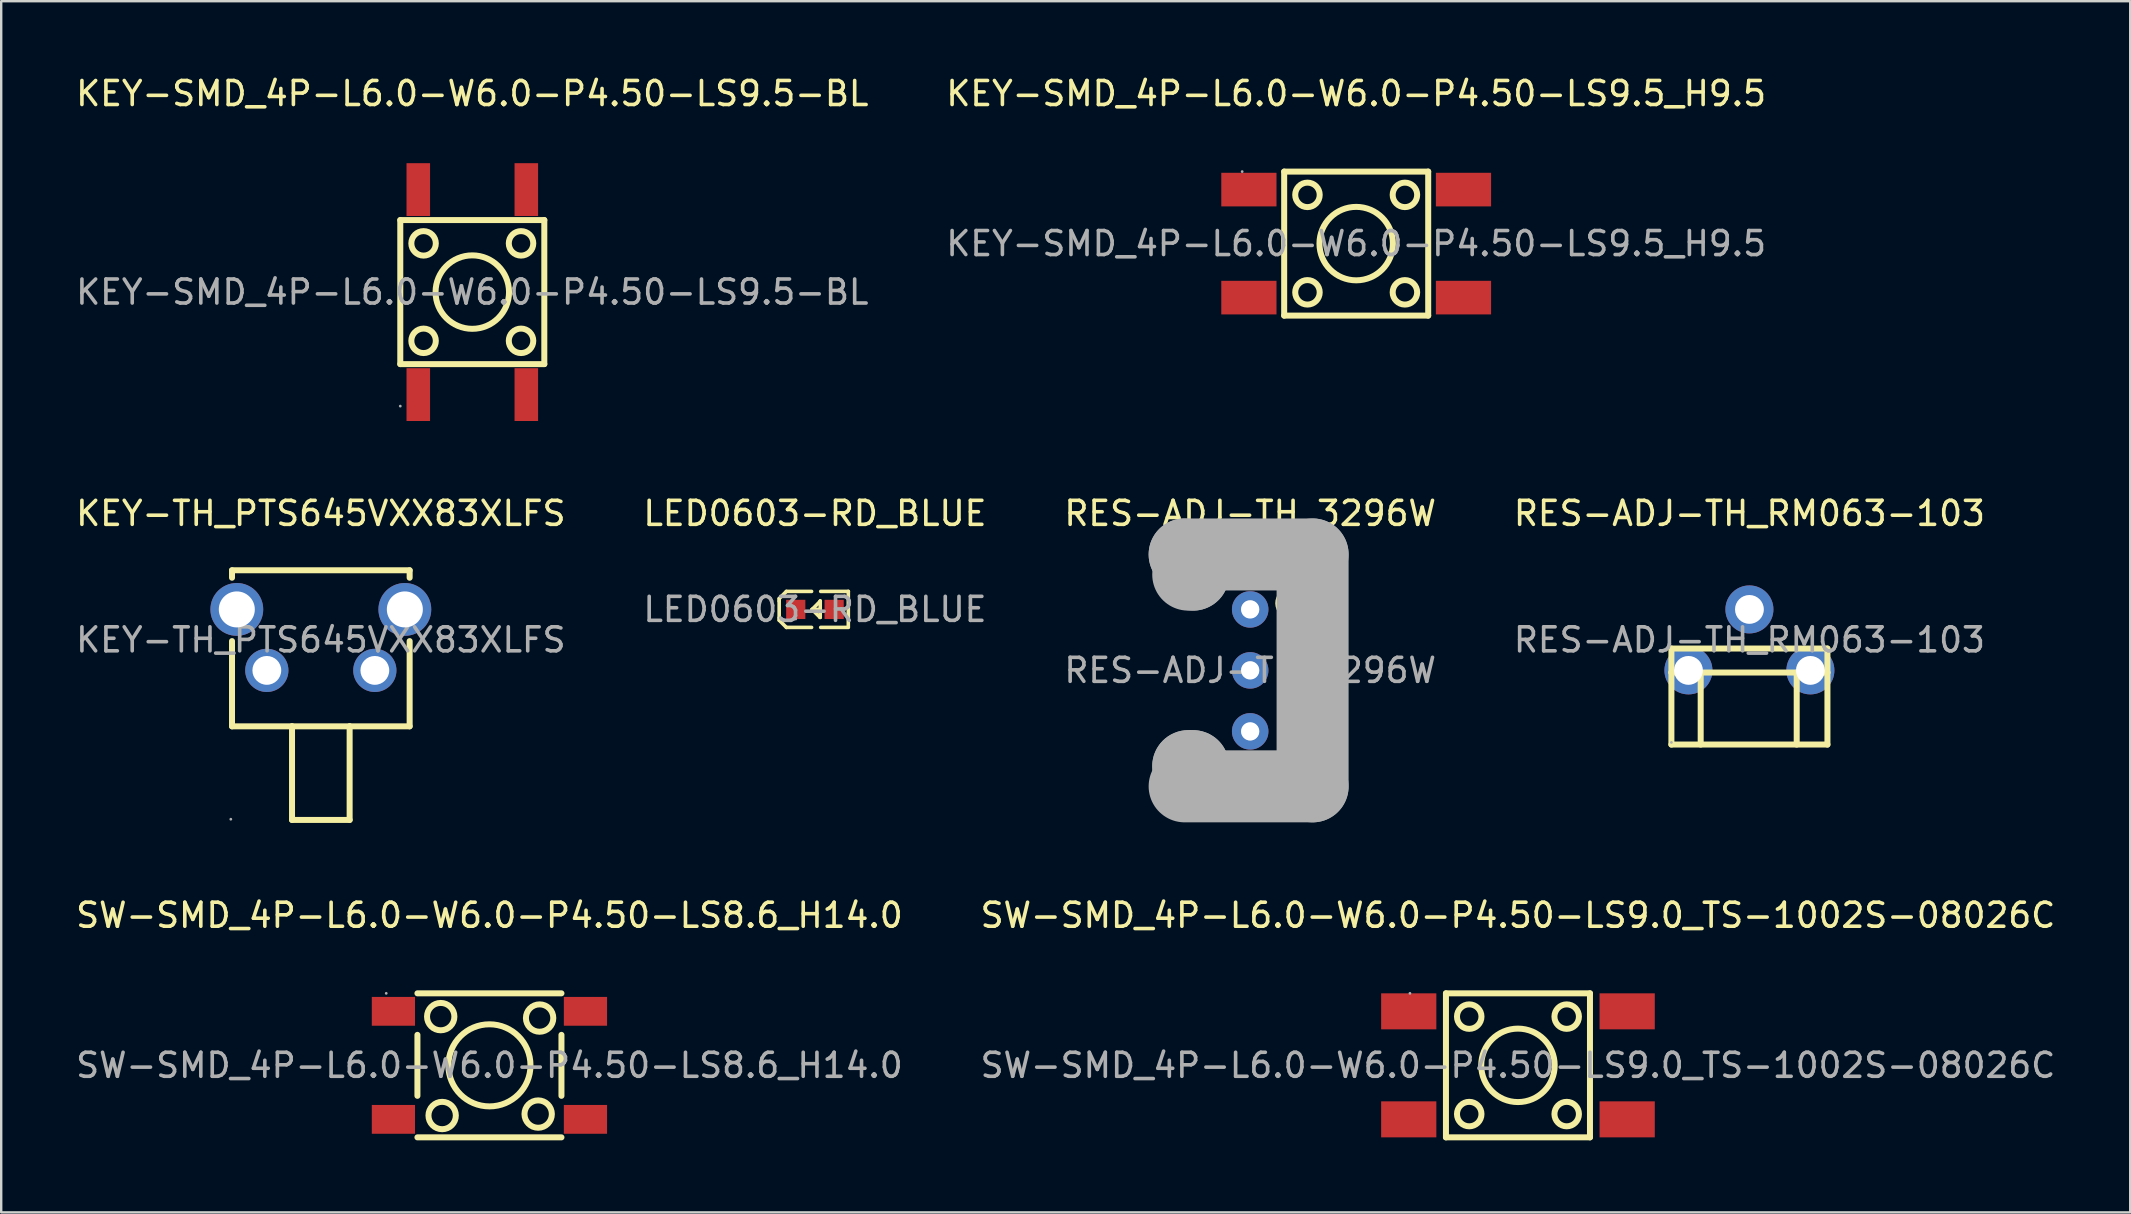
<source format=kicad_pcb>
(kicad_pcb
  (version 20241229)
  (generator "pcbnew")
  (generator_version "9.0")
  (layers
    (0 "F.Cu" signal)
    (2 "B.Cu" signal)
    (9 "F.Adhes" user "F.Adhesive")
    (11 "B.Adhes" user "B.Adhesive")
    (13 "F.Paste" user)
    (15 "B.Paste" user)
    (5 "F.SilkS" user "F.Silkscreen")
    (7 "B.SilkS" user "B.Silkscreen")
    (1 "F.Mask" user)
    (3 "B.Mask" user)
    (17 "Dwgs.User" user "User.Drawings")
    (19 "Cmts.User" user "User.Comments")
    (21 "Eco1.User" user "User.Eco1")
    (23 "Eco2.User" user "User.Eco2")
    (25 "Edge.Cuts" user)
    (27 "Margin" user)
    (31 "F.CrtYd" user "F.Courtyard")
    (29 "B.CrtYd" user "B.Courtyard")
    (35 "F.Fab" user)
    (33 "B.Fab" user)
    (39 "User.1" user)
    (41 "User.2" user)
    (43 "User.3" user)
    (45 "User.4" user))
  (footprint "SW-SMD_4P-L6.0-W6.0-P4.50-LS8.6_H14.0"
    (layer "F.Cu")
    (at 17.339 41.33)
    (property "Reference" "SW-SMD_4P-L6.0-W6.0-P4.50-LS8.6_H14.0" (at 0 -6.25 0) (layer "F.SilkS") (effects (font (size 1 1) (thickness 0.15))))
    (attr smd)
    (fp_line (start -3 -3) (end 3 -3) (stroke (width 0.25) (type solid)) (layer "F.SilkS"))
    (fp_line (start -3 -1.27) (end -3 1.27) (stroke (width 0.25) (type solid)) (layer "F.SilkS"))
    (fp_line (start -3 3) (end 3 3) (stroke (width 0.25) (type solid)) (layer "F.SilkS"))
    (fp_line (start 3 -1.27) (end 3 1.27) (stroke (width 0.25) (type solid)) (layer "F.SilkS"))
    (fp_circle (center -2.03 -2.03) (end -1.46 -2.03) (stroke (width 0.25) (type solid)) (fill no) (layer "F.SilkS"))
    (fp_circle (center -1.97 2.09) (end -1.4 2.09) (stroke (width 0.25) (type solid)) (fill no) (layer "F.SilkS"))
    (fp_circle (center 0 0) (end 1.71 0) (stroke (width 0.25) (type solid)) (fill no) (layer "F.SilkS"))
    (fp_circle (center 2.03 2.03) (end 2.6 2.03) (stroke (width 0.25) (type solid)) (fill no) (layer "F.SilkS"))
    (fp_circle (center 2.09 -1.97) (end 2.66 -1.97) (stroke (width 0.25) (type solid)) (fill no) (layer "F.SilkS"))
    (fp_circle (center -4.3 -3) (end -4.27 -3) (stroke (width 0.06) (type solid)) (fill no) (layer "F.Fab"))
    (fp_text user "${REFERENCE}" (at 0 0 0) (layer "F.Fab") (effects (font (size 1 1) (thickness 0.15))))
    (pad "1" smd rect (at -4 -2.25) (size 1.8 1.2) (layers "F.Cu" "F.Mask" "F.Paste"))
    (pad "2" smd rect (at 4 -2.25) (size 1.8 1.2) (layers "F.Cu" "F.Mask" "F.Paste"))
    (pad "3" smd rect (at -4 2.25) (size 1.8 1.2) (layers "F.Cu" "F.Mask" "F.Paste"))
    (pad "4" smd rect (at 4 2.25) (size 1.8 1.2) (layers "F.Cu" "F.Mask" "F.Paste")))
  (footprint "LED0603-RD_BLUE"
    (layer "F.Cu")
    (at 30.899 22.337)
    (property "Reference" "LED0603-RD_BLUE" (at 0 -4 0) (layer "F.SilkS") (effects (font (size 1 1) (thickness 0.15))))
    (attr smd)
    (fp_line (start -1.49 -0.45) (end -1.19 -0.75) (stroke (width 0.15) (type solid)) (layer "F.SilkS"))
    (fp_line (start -1.49 -0.35) (end -1.49 -0.45) (stroke (width 0.15) (type solid)) (layer "F.SilkS"))
    (fp_line (start -1.49 -0.35) (end -1.49 0.35) (stroke (width 0.15) (type solid)) (layer "F.SilkS"))
    (fp_line (start -1.49 0.35) (end -1.49 0.45) (stroke (width 0.15) (type solid)) (layer "F.SilkS"))
    (fp_line (start -1.49 0.45) (end -1.19 0.75) (stroke (width 0.15) (type solid)) (layer "F.SilkS"))
    (fp_line (start -0.14 -0.75) (end -1.19 -0.75) (stroke (width 0.15) (type solid)) (layer "F.SilkS"))
    (fp_line (start -0.14 0.75) (end -1.19 0.75) (stroke (width 0.15) (type solid)) (layer "F.SilkS"))
    (fp_line (start 0.21 0.33) (end -0.12 0) (stroke (width 0.15) (type solid)) (layer "F.SilkS"))
    (fp_line (start 0.22 -0.35) (end 0.22 -0.34) (stroke (width 0.15) (type solid)) (layer "F.SilkS"))
    (fp_line (start 0.22 -0.35) (end 0.22 0.33) (stroke (width 0.15) (type solid)) (layer "F.SilkS"))
    (fp_line (start 0.22 -0.34) (end -0.12 0) (stroke (width 0.15) (type solid)) (layer "F.SilkS"))
    (fp_line (start 0.22 0) (end -0.12 0) (stroke (width 0.15) (type solid)) (layer "F.SilkS"))
    (fp_line (start 0.22 0.33) (end 0.21 0.33) (stroke (width 0.15) (type solid)) (layer "F.SilkS"))
    (fp_line (start 0.24 -0.75) (end 1.39 -0.75) (stroke (width 0.15) (type solid)) (layer "F.SilkS"))
    (fp_line (start 0.24 0.75) (end 1.39 0.75) (stroke (width 0.15) (type solid)) (layer "F.SilkS"))
    (fp_line (start 1.39 -0.75) (end 1.39 0.73) (stroke (width 0.15) (type solid)) (layer "F.SilkS"))
    (fp_circle (center -0.8 0.4) (end -0.77 0.4) (stroke (width 0.06) (type solid)) (fill no) (layer "F.Fab"))
    (fp_text user "${REFERENCE}" (at 0 0 0) (layer "F.Fab") (effects (font (size 1 1) (thickness 0.15))))
    (pad "1" smd rect (at -0.8 0 90) (size 0.8 0.8) (layers "F.Cu" "F.Mask" "F.Paste"))
    (pad "2" smd rect (at 0.8 0 90) (size 0.8 0.8) (layers "F.Cu" "F.Mask" "F.Paste")))
  (footprint "KEY-SMD_4P-L6.0-W6.0-P4.50-LS9.5_H9.5"
    (layer "F.Cu")
    (at 53.446 7.098)
    (property "Reference" "KEY-SMD_4P-L6.0-W6.0-P4.50-LS9.5_H9.5" (at 0 -6.25 0) (layer "F.SilkS") (effects (font (size 1 1) (thickness 0.15))))
    (attr smd)
    (fp_line (start -3 -3) (end 3 -3) (stroke (width 0.25) (type solid)) (layer "F.SilkS"))
    (fp_line (start -3 3) (end -3 -3) (stroke (width 0.25) (type solid)) (layer "F.SilkS"))
    (fp_line (start 3 -3) (end 3 3) (stroke (width 0.25) (type solid)) (layer "F.SilkS"))
    (fp_line (start 3 3) (end -3 3) (stroke (width 0.25) (type solid)) (layer "F.SilkS"))
    (fp_circle (center -2.03 -2.03) (end -1.52 -2.03) (stroke (width 0.25) (type solid)) (fill no) (layer "F.SilkS"))
    (fp_circle (center -2.03 2.03) (end -1.52 2.03) (stroke (width 0.25) (type solid)) (fill no) (layer "F.SilkS"))
    (fp_circle (center 0 0) (end 1.53 0) (stroke (width 0.25) (type solid)) (fill no) (layer "F.SilkS"))
    (fp_circle (center 2.03 -2.03) (end 2.54 -2.03) (stroke (width 0.25) (type solid)) (fill no) (layer "F.SilkS"))
    (fp_circle (center 2.03 2.03) (end 2.54 2.03) (stroke (width 0.25) (type solid)) (fill no) (layer "F.SilkS"))
    (fp_circle (center -4.75 -3) (end -4.72 -3) (stroke (width 0.06) (type solid)) (fill no) (layer "F.Fab"))
    (fp_text user "${REFERENCE}" (at 0 0 0) (layer "F.Fab") (effects (font (size 1 1) (thickness 0.15))))
    (pad "1" smd rect (at -4.47 -2.25 180) (size 2.3 1.4) (layers "F.Cu" "F.Mask" "F.Paste"))
    (pad "2" smd rect (at 4.47 -2.25 180) (size 2.3 1.4) (layers "F.Cu" "F.Mask" "F.Paste"))
    (pad "3" smd rect (at -4.47 2.25 180) (size 2.3 1.4) (layers "F.Cu" "F.Mask" "F.Paste"))
    (pad "4" smd rect (at 4.47 2.25 180) (size 2.3 1.4) (layers "F.Cu" "F.Mask" "F.Paste")))
  (footprint "KEY-SMD_4P-L6.0-W6.0-P4.50-LS9.5-BL"
    (layer "F.Cu")
    (at 16.625 9.118)
    (property "Reference" "KEY-SMD_4P-L6.0-W6.0-P4.50-LS9.5-BL" (at 0 -8.27 0) (layer "F.SilkS") (effects (font (size 1 1) (thickness 0.15))))
    (attr smd)
    (fp_line (start -3 -3) (end 3 -3) (stroke (width 0.25) (type solid)) (layer "F.SilkS"))
    (fp_line (start -3 3) (end -3 -3) (stroke (width 0.25) (type solid)) (layer "F.SilkS"))
    (fp_line (start 3 -3) (end 3 3) (stroke (width 0.25) (type solid)) (layer "F.SilkS"))
    (fp_line (start 3 3) (end -3 3) (stroke (width 0.25) (type solid)) (layer "F.SilkS"))
    (fp_circle (center -2.03 -2.03) (end -1.52 -2.03) (stroke (width 0.25) (type solid)) (fill no) (layer "F.SilkS"))
    (fp_circle (center -2.03 2.03) (end -1.52 2.03) (stroke (width 0.25) (type solid)) (fill no) (layer "F.SilkS"))
    (fp_circle (center 0 0) (end 1.53 0) (stroke (width 0.25) (type solid)) (fill no) (layer "F.SilkS"))
    (fp_circle (center 2.03 -2.03) (end 2.54 -2.03) (stroke (width 0.25) (type solid)) (fill no) (layer "F.SilkS"))
    (fp_circle (center 2.03 2.03) (end 2.54 2.03) (stroke (width 0.25) (type solid)) (fill no) (layer "F.SilkS"))
    (fp_circle (center -3 4.75) (end -2.97 4.75) (stroke (width 0.06) (type solid)) (fill no) (layer "F.Fab"))
    (fp_text user "${REFERENCE}" (at 0 0 0) (layer "F.Fab") (effects (font (size 1 1) (thickness 0.15))))
    (pad "1" smd rect (at -2.25 4.27) (size 0.98 2.2) (layers "F.Cu" "F.Mask" "F.Paste"))
    (pad "2" smd rect (at -2.25 -4.27) (size 0.98 2.2) (layers "F.Cu" "F.Mask" "F.Paste"))
    (pad "3" smd rect (at 2.25 4.27) (size 0.98 2.2) (layers "F.Cu" "F.Mask" "F.Paste"))
    (pad "4" smd rect (at 2.25 -4.27) (size 0.98 2.2) (layers "F.Cu" "F.Mask" "F.Paste")))
  (footprint "RES-ADJ-TH_RM063-103"
    (layer "F.Cu")
    (at 69.827 23.607)
    (property "Reference" "RES-ADJ-TH_RM063-103" (at 0 -5.27 0) (layer "F.SilkS") (effects (font (size 1 1) (thickness 0.15))))
    (attr through_hole)
    (fp_line (start -3.25 1.36) (end -3.25 0.36) (stroke (width 0.25) (type solid)) (layer "F.SilkS"))
    (fp_line (start -3.25 1.36) (end -3.25 4.36) (stroke (width 0.25) (type solid)) (layer "F.SilkS"))
    (fp_line (start -3.25 1.36) (end 3.25 1.36) (stroke (width 0.25) (type solid)) (layer "F.SilkS"))
    (fp_line (start -2.03 1.36) (end -2.03 4.36) (stroke (width 0.25) (type solid)) (layer "F.SilkS"))
    (fp_line (start 1.97 1.36) (end 1.97 4.36) (stroke (width 0.25) (type solid)) (layer "F.SilkS"))
    (fp_line (start 3.25 0.36) (end -3.25 0.36) (stroke (width 0.25) (type solid)) (layer "F.SilkS"))
    (fp_line (start 3.25 1.36) (end 3.25 0.36) (stroke (width 0.25) (type solid)) (layer "F.SilkS"))
    (fp_line (start 3.25 4.36) (end -3.25 4.36) (stroke (width 0.25) (type solid)) (layer "F.SilkS"))
    (fp_line (start 3.25 4.36) (end 3.25 1.36) (stroke (width 0.25) (type solid)) (layer "F.SilkS"))
    (fp_circle (center -3.25 4.27) (end -3.22 4.27) (stroke (width 0.06) (type solid)) (fill no) (layer "F.Fab"))
    (fp_text user "${REFERENCE}" (at 0 0 0) (layer "F.Fab") (effects (font (size 1 1) (thickness 0.15))))
    (pad "1" thru_hole circle (at -2.54 1.27) (size 2 2) (drill 1.2) (layers "*.Cu" "*.Mask"))
    (pad "2" thru_hole circle (at 0 -1.27) (size 2 2) (drill 1.2) (layers "*.Cu" "*.Mask"))
    (pad "3" thru_hole circle (at 2.54 1.27) (size 2 2) (drill 1.2) (layers "*.Cu" "*.Mask")))
  (footprint "RES-ADJ-TH_3296W"
    (layer "F.Cu")
    (at 49.03 24.877)
    (property "Reference" "RES-ADJ-TH_3296W" (at 0 -6.54 0) (layer "F.SilkS") (effects (font (size 1 1) (thickness 0.15))))
    (attr through_hole)
    (fp_line (start 1.33 -2.81) (end 1.71 -2.81) (stroke (width 0.25) (type solid)) (layer "F.SilkS"))
    (fp_line (start 1.71 -2.81) (end 2.09 -2.81) (stroke (width 0.25) (type solid)) (layer "F.SilkS"))
    (fp_line (start 2.09 -2.81) (end 1.71 -2.81) (stroke (width 0.25) (type solid)) (layer "F.SilkS"))
    (fp_arc (start 2.25 -2.8) (mid 1.170023 -2.795005) (end 2.249908 -2.80999) (stroke (width 0.25) (type solid)) (layer "F.SilkS"))
    (fp_line (start -2.73 -4.83) (end -2.73 -4.83) (stroke (width 3) (type solid)) (layer "F.Fab"))
    (fp_line (start -2.73 -4.83) (end 2.6 -4.83) (stroke (width 3) (type solid)) (layer "F.Fab"))
    (fp_line (start -2.58 -4.75) (end -2.58 -4.75) (stroke (width 3) (type solid)) (layer "F.Fab"))
    (fp_line (start -2.58 -4.75) (end -2.38 -4.75) (stroke (width 3) (type solid)) (layer "F.Fab"))
    (fp_line (start -2.58 3.99) (end -2.58 3.99) (stroke (width 3) (type solid)) (layer "F.Fab"))
    (fp_line (start -2.58 3.99) (end -2.38 3.99) (stroke (width 3) (type solid)) (layer "F.Fab"))
    (fp_line (start -2.38 -4.75) (end -2.38 -3.99) (stroke (width 3) (type solid)) (layer "F.Fab"))
    (fp_line (start -2.38 -3.99) (end -2.58 -3.99) (stroke (width 3) (type solid)) (layer "F.Fab"))
    (fp_line (start -2.38 3.99) (end -2.38 4.75) (stroke (width 3) (type solid)) (layer "F.Fab"))
    (fp_line (start -2.38 4.75) (end -2.58 4.75) (stroke (width 3) (type solid)) (layer "F.Fab"))
    (fp_line (start 2.6 -4.83) (end 2.6 4.83) (stroke (width 3) (type solid)) (layer "F.Fab"))
    (fp_line (start 2.6 4.83) (end -2.73 4.83) (stroke (width 3) (type solid)) (layer "F.Fab"))
    (fp_circle (center -2.36 -4.77) (end -2.33 -4.77) (stroke (width 0.06) (type solid)) (fill no) (layer "F.Fab"))
    (fp_circle (center 0 -2.55) (end 0.12 -2.55) (stroke (width 0.25) (type solid)) (fill no) (layer "F.Fab"))
    (fp_circle (center 0 -0.01) (end 0.12 -0.01) (stroke (width 0.25) (type solid)) (fill no) (layer "F.Fab"))
    (fp_circle (center 0 2.55) (end 0.12 2.55) (stroke (width 0.25) (type solid)) (fill no) (layer "F.Fab"))
    (fp_text user "${REFERENCE}" (at 0 0 0) (layer "F.Fab") (effects (font (size 1 1) (thickness 0.15))))
    (pad "1" thru_hole circle (at 0 -2.54 270) (size 1.52 1.52) (drill 0.762) (layers "*.Cu" "*.Mask"))
    (pad "2" thru_hole circle (at 0 0 270) (size 1.52 1.52) (drill 0.762) (layers "*.Cu" "*.Mask"))
    (pad "3" thru_hole circle (at 0 2.54 270) (size 1.52 1.52) (drill 0.762) (layers "*.Cu" "*.Mask")))
  (footprint "KEY-TH_PTS645VXX83XLFS"
    (layer "F.Cu")
    (at 10.315 23.607)
    (property "Reference" "KEY-TH_PTS645VXX83XLFS" (at 0 -5.27 0) (layer "F.SilkS") (effects (font (size 1 1) (thickness 0.15))))
    (attr through_hole)
    (fp_line (start -3.7 -2.9) (end 3.7 -2.9) (stroke (width 0.25) (type solid)) (layer "F.SilkS"))
    (fp_line (start -3.7 -2.59) (end -3.7 -2.9) (stroke (width 0.25) (type solid)) (layer "F.SilkS"))
    (fp_line (start -3.7 3.6) (end -3.7 0.05) (stroke (width 0.25) (type solid)) (layer "F.SilkS"))
    (fp_line (start -1.2 3.6) (end -3.7 3.6) (stroke (width 0.25) (type solid)) (layer "F.SilkS"))
    (fp_line (start -1.2 3.6) (end 1.2 3.6) (stroke (width 0.25) (type solid)) (layer "F.SilkS"))
    (fp_line (start -1.2 7.5) (end -1.2 3.6) (stroke (width 0.25) (type solid)) (layer "F.SilkS"))
    (fp_line (start 1.2 3.6) (end 1.2 7.5) (stroke (width 0.25) (type solid)) (layer "F.SilkS"))
    (fp_line (start 1.2 7.5) (end -1.2 7.5) (stroke (width 0.25) (type solid)) (layer "F.SilkS"))
    (fp_line (start 3.7 -2.9) (end 3.7 -2.59) (stroke (width 0.25) (type solid)) (layer "F.SilkS"))
    (fp_line (start 3.7 0.05) (end 3.7 3.6) (stroke (width 0.25) (type solid)) (layer "F.SilkS"))
    (fp_line (start 3.7 3.6) (end 1.2 3.6) (stroke (width 0.25) (type solid)) (layer "F.SilkS"))
    (fp_circle (center -3.75 7.47) (end -3.72 7.47) (stroke (width 0.06) (type solid)) (fill no) (layer "F.Fab"))
    (fp_text user "${REFERENCE}" (at 0 0 0) (layer "F.Fab") (effects (font (size 1 1) (thickness 0.15))))
    (pad "1" thru_hole circle (at -2.25 1.27) (size 1.8 1.8) (drill 1.2) (layers "*.Cu" "*.Mask"))
    (pad "2" thru_hole circle (at 2.25 1.27) (size 1.8 1.8) (drill 1.2) (layers "*.Cu" "*.Mask"))
    (pad "3" thru_hole circle (at -3.5 -1.27) (size 2.2 2.2) (drill 1.5) (layers "*.Cu" "*.Mask"))
    (pad "4" thru_hole circle (at 3.5 -1.27) (size 2.2 2.2) (drill 1.5) (layers "*.Cu" "*.Mask")))
  (footprint "SW-SMD_4P-L6.0-W6.0-P4.50-LS9.0_TS-1002S-08026C"
    (layer "F.Cu")
    (at 60.185 41.33)
    (property "Reference" "SW-SMD_4P-L6.0-W6.0-P4.50-LS9.0_TS-1002S-08026C" (at 0 -6.25 0) (layer "F.SilkS") (effects (font (size 1 1) (thickness 0.15))))
    (attr smd)
    (fp_line (start -3 -3) (end 3 -3) (stroke (width 0.25) (type solid)) (layer "F.SilkS"))
    (fp_line (start -3 3) (end -3 -3) (stroke (width 0.25) (type solid)) (layer "F.SilkS"))
    (fp_line (start 3 -3) (end 3 3) (stroke (width 0.25) (type solid)) (layer "F.SilkS"))
    (fp_line (start 3 3) (end -3 3) (stroke (width 0.25) (type solid)) (layer "F.SilkS"))
    (fp_circle (center -2.03 -2.03) (end -1.52 -2.03) (stroke (width 0.25) (type solid)) (fill no) (layer "F.SilkS"))
    (fp_circle (center -2.03 2.03) (end -1.52 2.03) (stroke (width 0.25) (type solid)) (fill no) (layer "F.SilkS"))
    (fp_circle (center 0 0) (end 1.53 0) (stroke (width 0.25) (type solid)) (fill no) (layer "F.SilkS"))
    (fp_circle (center 2.03 -2.03) (end 2.54 -2.03) (stroke (width 0.25) (type solid)) (fill no) (layer "F.SilkS"))
    (fp_circle (center 2.03 2.03) (end 2.54 2.03) (stroke (width 0.25) (type solid)) (fill no) (layer "F.SilkS"))
    (fp_circle (center -4.5 -3) (end -4.47 -3) (stroke (width 0.06) (type solid)) (fill no) (layer "F.Fab"))
    (fp_text user "${REFERENCE}" (at 0 0 0) (layer "F.Fab") (effects (font (size 1 1) (thickness 0.15))))
    (pad "1" smd rect (at -4.55 -2.25) (size 2.3 1.5) (layers "F.Cu" "F.Mask" "F.Paste"))
    (pad "2" smd rect (at 4.55 -2.25) (size 2.3 1.5) (layers "F.Cu" "F.Mask" "F.Paste"))
    (pad "3" smd rect (at -4.55 2.25) (size 2.3 1.5) (layers "F.Cu" "F.Mask" "F.Paste"))
    (pad "4" smd rect (at 4.55 2.25) (size 2.3 1.5) (layers "F.Cu" "F.Mask" "F.Paste")))
  (gr_rect
    (start -3 -3)
    (end 85.69 47.455)
    (stroke (width 0.1) (type default))
    (fill no)
    (layer "Edge.Cuts")))
</source>
